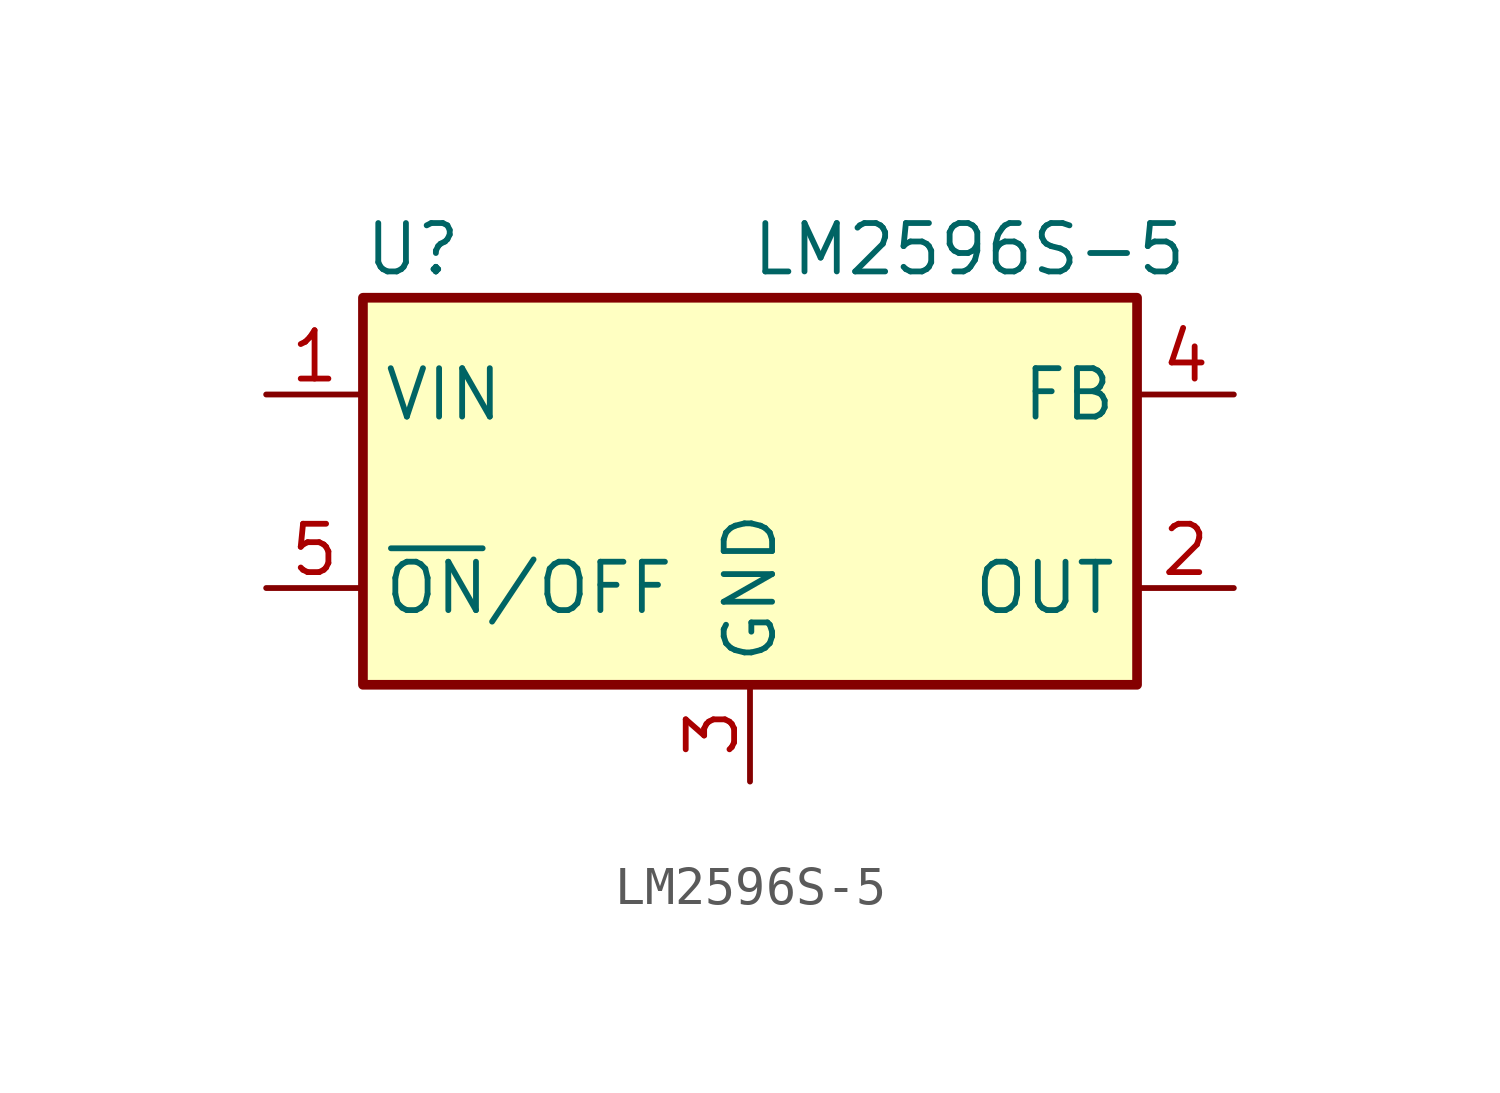
<source format=kicad_sym>
(kicad_symbol_lib
  (version 20231120)
  (generator "kicad_symbol_editor")
  (generator_version "8.0")
  (symbol "LM2596S-5"
    (property "Reference" "U"
      (at -10.16 6.35 0)
      (effects (font (size 1.27 1.27)) (justify left)))
    (property "Value" "LM2596S-5"
      (at 0 6.35 0)
      (effects (font (size 1.27 1.27)) (justify left)))
    (symbol "LM2596S-5_0_1"
      (rectangle (start -10.16 5.08) (end 10.16 -5.08) (stroke (width 0.254) (type default)) (fill (type background))))
    (symbol "LM2596S-5_1_1"
      (pin power_in line (at -12.7 2.54 0) (length 2.54) (name "VIN" (effects (font (size 1.27 1.27)))) (number "1" (effects (font (size 1.27 1.27)))))
      (pin output line (at 12.7 -2.54 180) (length 2.54) (name "OUT" (effects (font (size 1.27 1.27)))) (number "2" (effects (font (size 1.27 1.27)))))
      (pin power_in line (at 0 -7.62 90) (length 2.54) (name "GND" (effects (font (size 1.27 1.27)))) (number "3" (effects (font (size 1.27 1.27)))))
      (pin input line (at 12.7 2.54 180) (length 2.54) (name "FB" (effects (font (size 1.27 1.27)))) (number "4" (effects (font (size 1.27 1.27)))))
      (pin input line (at -12.7 -2.54 0) (length 2.54) (name "~{ON}/OFF" (effects (font (size 1.27 1.27)))) (number "5" (effects (font (size 1.27 1.27))))))))
</source>
